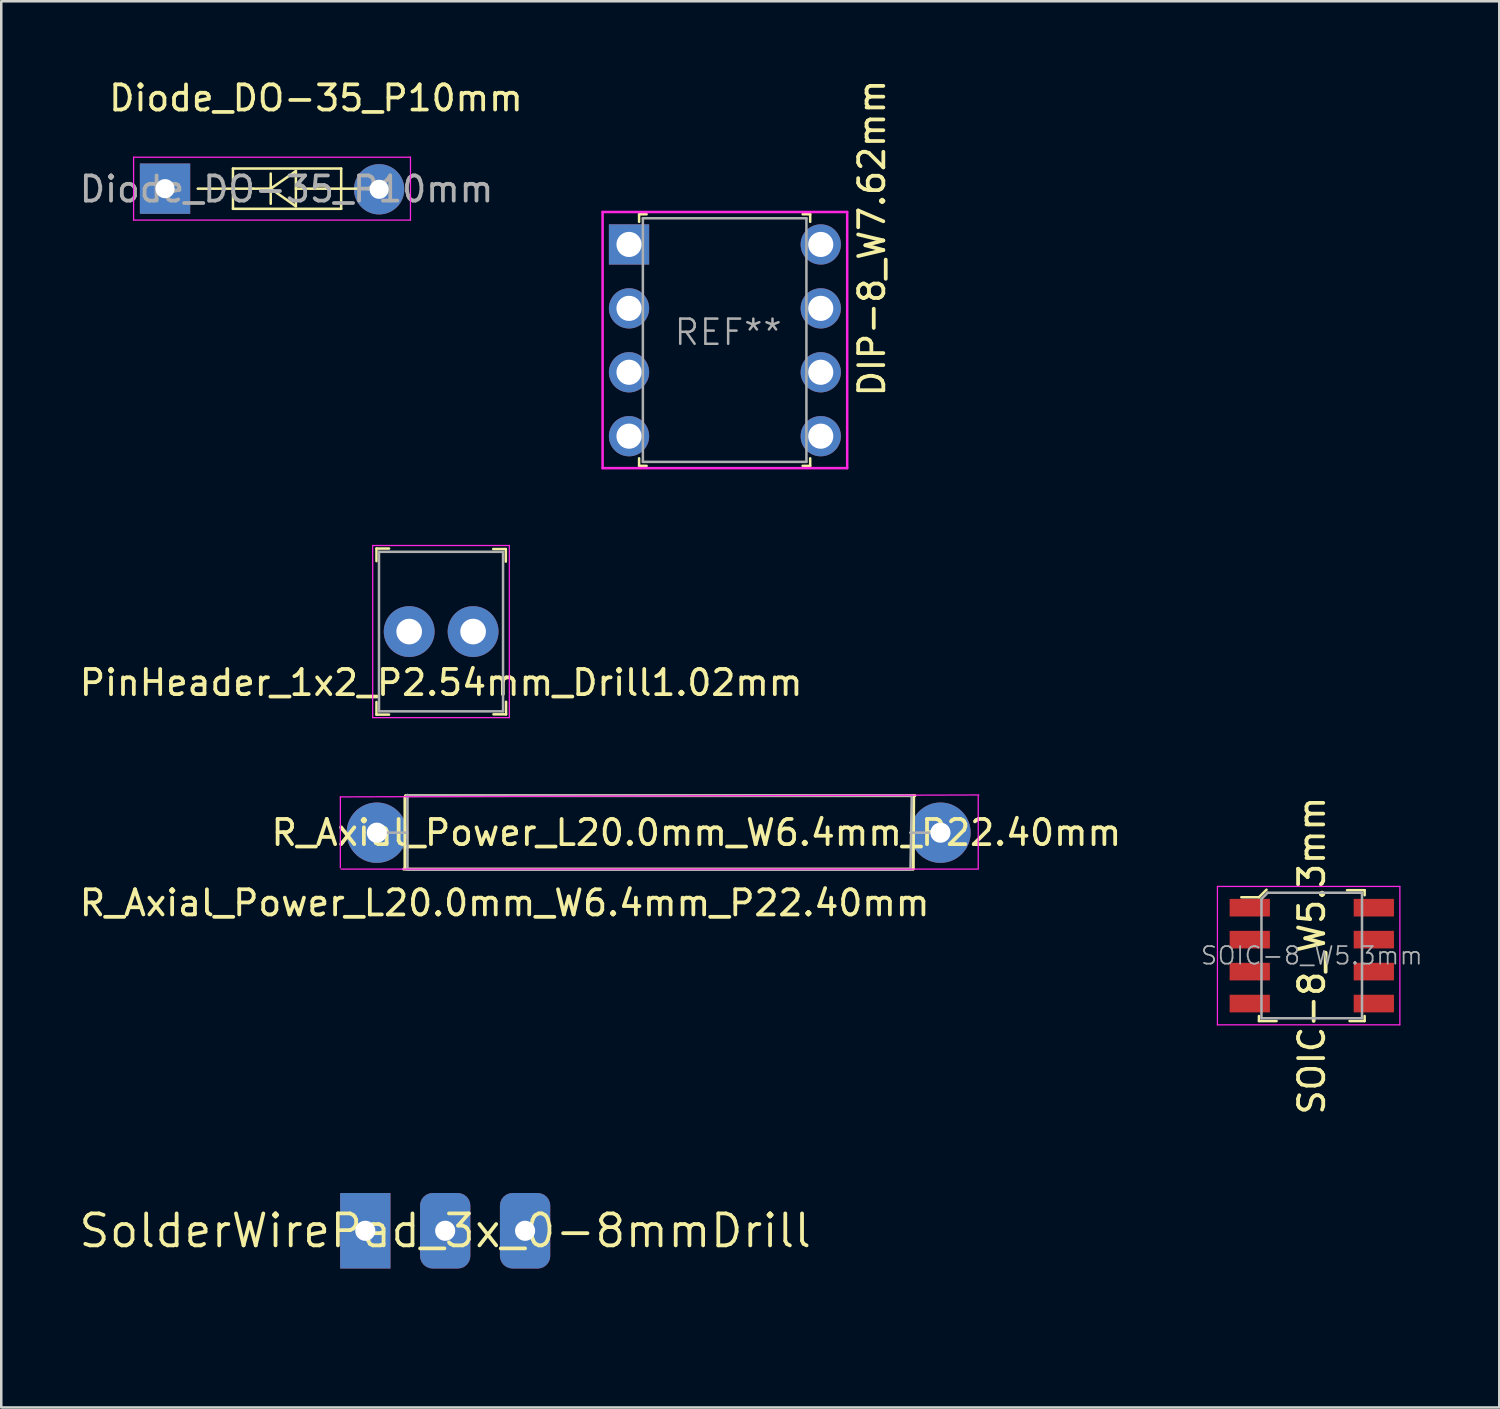
<source format=kicad_pcb>
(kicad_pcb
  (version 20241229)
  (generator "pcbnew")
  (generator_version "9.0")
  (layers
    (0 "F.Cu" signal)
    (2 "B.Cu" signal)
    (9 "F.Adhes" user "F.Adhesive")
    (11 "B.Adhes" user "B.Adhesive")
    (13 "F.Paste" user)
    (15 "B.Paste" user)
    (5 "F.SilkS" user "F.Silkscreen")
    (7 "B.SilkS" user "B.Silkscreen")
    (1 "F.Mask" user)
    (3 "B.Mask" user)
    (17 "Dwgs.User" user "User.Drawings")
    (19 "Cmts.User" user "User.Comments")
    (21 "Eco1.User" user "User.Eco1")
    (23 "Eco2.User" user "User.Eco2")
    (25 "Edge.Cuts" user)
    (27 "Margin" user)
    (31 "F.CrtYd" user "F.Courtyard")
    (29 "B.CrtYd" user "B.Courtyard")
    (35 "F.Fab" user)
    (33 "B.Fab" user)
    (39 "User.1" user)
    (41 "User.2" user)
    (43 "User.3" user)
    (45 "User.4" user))
  (footprint "PinHeader_1x2_P2.54mm_Drill1.02mm"
    (layer "F.Cu")
    (at 13.212 22.05)
    (property "Reference" "PinHeader_1x2_P2.54mm_Drill1.02mm" (at 1.27 2.032 0) (layer "F.SilkS") (effects (font (size 1 1) (thickness 0.15))))
    (attr through_hole)
    (fp_line (start -1.3 -3.3) (end -1.3 -2.8) (stroke (width 0.1) (type solid)) (layer "F.SilkS"))
    (fp_line (start -1.3 -3.3) (end -0.8 -3.3) (stroke (width 0.1) (type solid)) (layer "F.SilkS"))
    (fp_line (start -1.3 3.3) (end -1.3 2.8) (stroke (width 0.1) (type solid)) (layer "F.SilkS"))
    (fp_line (start -1.3 3.3) (end -0.8 3.3) (stroke (width 0.1) (type solid)) (layer "F.SilkS"))
    (fp_line (start 3.84 -3.28) (end 3.34 -3.28) (stroke (width 0.1) (type solid)) (layer "F.SilkS"))
    (fp_line (start 3.84 -3.28) (end 3.84 -2.78) (stroke (width 0.1) (type solid)) (layer "F.SilkS"))
    (fp_line (start 3.85 3.29) (end 3.35 3.29) (stroke (width 0.1) (type solid)) (layer "F.SilkS"))
    (fp_line (start 3.85 3.29) (end 3.85 2.79) (stroke (width 0.1) (type solid)) (layer "F.SilkS"))
    (fp_line (start -1.45 -3.42) (end -1.45 3.42) (stroke (width 0.05) (type solid)) (layer "F.CrtYd"))
    (fp_line (start 3.98 -3.42) (end -1.45 -3.42) (stroke (width 0.05) (type solid)) (layer "F.CrtYd"))
    (fp_line (start 3.98 -3.42) (end 3.98 3.42) (stroke (width 0.05) (type solid)) (layer "F.CrtYd"))
    (fp_line (start 3.98 3.42) (end -1.45 3.42) (stroke (width 0.05) (type solid)) (layer "F.CrtYd"))
    (fp_line (start -1.2 -3.17) (end -1.2 3.17) (stroke (width 0.1) (type solid)) (layer "F.Fab"))
    (fp_line (start -1.2 -3.17) (end 3.73 -3.17) (stroke (width 0.1) (type solid)) (layer "F.Fab"))
    (fp_line (start -1.2 3.17) (end 3.73 3.17) (stroke (width 0.1) (type solid)) (layer "F.Fab"))
    (fp_line (start 3.73 -3.17) (end 3.73 3.17) (stroke (width 0.1) (type solid)) (layer "F.Fab"))
    (pad "1" thru_hole circle (at 0 0) (size 2.02 2.02) (drill 1.02) (layers "*.Cu" "*.Mask"))
    (pad "2" thru_hole circle (at 2.54 0) (size 2.02 2.02) (drill 1.02) (layers "*.Cu" "*.Mask")))
  (footprint "SOIC-8_W5.3mm"
    (layer "F.Cu")
    (at 49.084 34.929)
    (property "Reference" "SOIC-8_W5.3mm" (at 0 0 90) (layer "F.SilkS") (effects (font (size 1 1) (thickness 0.15))))
    (attr through_hole)
    (fp_line (start -2.1 -2.32) (end -2.8 -2.32) (stroke (width 0.1) (type solid)) (layer "F.SilkS"))
    (fp_line (start -2.1 2.4) (end -2.1 2.6) (stroke (width 0.1) (type solid)) (layer "F.SilkS"))
    (fp_line (start -2.1 2.6) (end -1.4 2.6) (stroke (width 0.1) (type solid)) (layer "F.SilkS"))
    (fp_line (start -1.8 -2.62) (end -2.1 -2.32) (stroke (width 0.1) (type solid)) (layer "F.SilkS"))
    (fp_line (start 1.4 -2.6) (end 2.1 -2.6) (stroke (width 0.1) (type solid)) (layer "F.SilkS"))
    (fp_line (start 2.1 -2.6) (end 2.1 -2.4) (stroke (width 0.1) (type solid)) (layer "F.SilkS"))
    (fp_line (start 2.1 2.4) (end 2.1 2.6) (stroke (width 0.1) (type solid)) (layer "F.SilkS"))
    (fp_line (start 2.1 2.6) (end 1.5 2.6) (stroke (width 0.1) (type solid)) (layer "F.SilkS"))
    (fp_line (start -3.75 -2.75) (end -3.75 2.75) (stroke (width 0.05) (type solid)) (layer "F.CrtYd"))
    (fp_line (start -3.75 -2.75) (end 3.5 -2.75) (stroke (width 0.05) (type solid)) (layer "F.CrtYd"))
    (fp_line (start -3.75 2.75) (end 3.5 2.75) (stroke (width 0.05) (type solid)) (layer "F.CrtYd"))
    (fp_line (start 3.5 -2.75) (end 3.5 2.75) (stroke (width 0.05) (type solid)) (layer "F.CrtYd"))
    (fp_line (start -2 -2.25) (end -1.75 -2.5) (stroke (width 0.1) (type solid)) (layer "F.Fab"))
    (fp_line (start -2 2.49) (end -2 -2.25) (stroke (width 0.1) (type solid)) (layer "F.Fab"))
    (fp_line (start -1.995 2.49) (end 1.995 2.49) (stroke (width 0.1) (type solid)) (layer "F.Fab"))
    (fp_line (start 1.99 -2.5) (end -1.75 -2.5) (stroke (width 0.1) (type solid)) (layer "F.Fab"))
    (fp_line (start 1.995 2.49) (end 1.995 -2.49) (stroke (width 0.1) (type solid)) (layer "F.Fab"))
    (fp_text user "${REFERENCE}" (at 0 0 0) (layer "F.Fab") (effects (font (size 0.7 0.7) (thickness 0.07))))
    (pad "1" smd rect (at -2.465 -1.905) (size 1.6 0.7) (layers "F.Cu" "F.Mask" "F.Paste"))
    (pad "2" smd rect (at -2.465 -0.635) (size 1.6 0.7) (layers "F.Cu" "F.Mask" "F.Paste"))
    (pad "3" smd rect (at -2.465 0.635) (size 1.6 0.7) (layers "F.Cu" "F.Mask" "F.Paste"))
    (pad "4" smd rect (at -2.465 1.905) (size 1.6 0.7) (layers "F.Cu" "F.Mask" "F.Paste"))
    (pad "5" smd rect (at 2.465 1.905) (size 1.6 0.7) (layers "F.Cu" "F.Mask" "F.Paste"))
    (pad "6" smd rect (at 2.465 0.635) (size 1.6 0.7) (layers "F.Cu" "F.Mask" "F.Paste"))
    (pad "7" smd rect (at 2.465 -0.635) (size 1.6 0.7) (layers "F.Cu" "F.Mask" "F.Paste"))
    (pad "8" smd rect (at 2.465 -1.905) (size 1.6 0.7) (layers "F.Cu" "F.Mask" "F.Paste")))
  (footprint "R_Axial_Power_L20.0mm_W6.4mm_P22.40mm"
    (layer "F.Cu")
    (at 11.926 30.043)
    (property "Reference" "R_Axial_Power_L20.0mm_W6.4mm_P22.40mm" (at 5.08 2.794 0) (layer "F.SilkS") (effects (font (size 1 1) (thickness 0.15))))
    (attr through_hole)
    (fp_line (start 1.067 1.448) (end 21.307 1.448) (stroke (width 0.12) (type solid)) (layer "F.SilkS"))
    (fp_line (start 1.118 -1.422) (end 1.118 1.397) (stroke (width 0.12) (type solid)) (layer "F.SilkS"))
    (fp_line (start 1.143 -1.473) (end 21.383 -1.473) (stroke (width 0.12) (type solid)) (layer "F.SilkS"))
    (fp_line (start 21.336 -1.473) (end 21.32 1.44) (stroke (width 0.12) (type solid)) (layer "F.SilkS"))
    (fp_line (start -1.448 -1.422) (end -1.45 1.397) (stroke (width 0.05) (type solid)) (layer "F.CrtYd"))
    (fp_line (start -1.422 1.448) (end 23.878 1.448) (stroke (width 0.05) (type solid)) (layer "F.CrtYd"))
    (fp_line (start 23.901 1.448) (end 23.901 -1.473) (stroke (width 0.05) (type solid)) (layer "F.CrtYd"))
    (fp_line (start 23.927 -1.499) (end -1.448 -1.422) (stroke (width 0.05) (type solid)) (layer "F.CrtYd"))
    (fp_line (start 0 0) (end 1.2 0) (stroke (width 0.1) (type solid)) (layer "F.Fab"))
    (fp_line (start 1.2 1.473) (end 21.2 1.473) (stroke (width 0.1) (type solid)) (layer "F.Fab"))
    (fp_line (start 1.219 -1.499) (end 1.219 1.422) (stroke (width 0.1) (type solid)) (layer "F.Fab"))
    (fp_line (start 21.194 -1.473) (end 1.194 -1.473) (stroke (width 0.1) (type solid)) (layer "F.Fab"))
    (fp_line (start 21.209 1.422) (end 21.26 -1.473) (stroke (width 0.1) (type solid)) (layer "F.Fab"))
    (fp_line (start 22.4 0) (end 21.2 0) (stroke (width 0.1) (type solid)) (layer "F.Fab"))
    (fp_text user "${REFERENCE}" (at 12.7 0 0) (layer "F.SilkS") (effects (font (size 1 1) (thickness 0.15))))
    (pad "1" thru_hole circle (at 0 0) (size 2.4 2.4) (drill 0.8) (layers "*.Cu" "*.Mask"))
    (pad "2" thru_hole oval (at 22.4 0) (size 2.4 2.4) (drill 0.8) (layers "*.Cu" "*.Mask")))
  (footprint "Diode_DO-35_P10mm"
    (layer "F.Cu")
    (at 3.509 4.448)
    (property "Reference" "Diode_DO-35_P10mm" (at 6 -3.6 0) (layer "F.SilkS") (effects (font (size 1 1) (thickness 0.15))))
    (attr through_hole)
    (fp_line (start 1.3 0) (end 2.7 0) (stroke (width 0.1) (type solid)) (layer "F.SilkS"))
    (fp_line (start 2.7 -0.8) (end 7 -0.8) (stroke (width 0.1) (type solid)) (layer "F.SilkS"))
    (fp_line (start 2.7 0) (end 2.7 -0.8) (stroke (width 0.1) (type solid)) (layer "F.SilkS"))
    (fp_line (start 2.7 0) (end 2.7 0.8) (stroke (width 0.1) (type solid)) (layer "F.SilkS"))
    (fp_line (start 2.7 0.8) (end 7 0.8) (stroke (width 0.1) (type solid)) (layer "F.SilkS"))
    (fp_line (start 3.5 0) (end 2.7 0) (stroke (width 0.1) (type solid)) (layer "F.SilkS"))
    (fp_line (start 4.2 0) (end 3.5 0) (stroke (width 0.1) (type solid)) (layer "F.SilkS"))
    (fp_line (start 4.2 0) (end 4.2 -0.6) (stroke (width 0.1) (type solid)) (layer "F.SilkS"))
    (fp_line (start 4.2 0) (end 4.2 0.6) (stroke (width 0.1) (type solid)) (layer "F.SilkS"))
    (fp_line (start 4.2 0) (end 5.2 -0.7) (stroke (width 0.1) (type solid)) (layer "F.SilkS"))
    (fp_line (start 5.2 -0.7) (end 5.2 0.7) (stroke (width 0.1) (type solid)) (layer "F.SilkS"))
    (fp_line (start 5.2 0.7) (end 4.2 0) (stroke (width 0.1) (type solid)) (layer "F.SilkS"))
    (fp_line (start 7 -0.8) (end 7 0) (stroke (width 0.1) (type solid)) (layer "F.SilkS"))
    (fp_line (start 7 0) (end 5.2 0) (stroke (width 0.1) (type solid)) (layer "F.SilkS"))
    (fp_line (start 7 0.8) (end 7 0) (stroke (width 0.1) (type solid)) (layer "F.SilkS"))
    (fp_line (start 8.7 0) (end 7 0) (stroke (width 0.1) (type solid)) (layer "F.SilkS"))
    (fp_line (start -1.25 -1.25) (end -1.25 1.25) (stroke (width 0.05) (type solid)) (layer "F.CrtYd"))
    (fp_line (start 9.754 -1.25) (end -1.25 -1.25) (stroke (width 0.05) (type solid)) (layer "F.CrtYd"))
    (fp_line (start 9.754 -1.25) (end 9.754 1.25) (stroke (width 0.05) (type solid)) (layer "F.CrtYd"))
    (fp_line (start 9.754 1.25) (end -1.25 1.25) (stroke (width 0.05) (type solid)) (layer "F.CrtYd"))
    (fp_text user "${REFERENCE}" (at 4.83 0.02 0) (layer "F.Fab") (effects (font (size 1 1) (thickness 0.15))))
    (pad "1" thru_hole rect (at 0 0) (size 2 2) (drill 0.76) (layers "*.Cu" "*.Mask"))
    (pad "2" thru_hole circle (at 8.509 0.025) (size 2 2) (drill 0.76) (layers "*.Cu" "*.Mask")))
  (footprint "DIP-8_W7.62mm"
    (layer "F.Cu")
    (at 21.949 6.665)
    (property "Reference" "DIP-8_W7.62mm" (at 9.652 -0.254 90) (layer "F.SilkS") (effects (font (size 1 1) (thickness 0.15))))
    (attr through_hole)
    (fp_line (start 0.4 -1.2) (end 0.7 -1.2) (stroke (width 0.1) (type solid)) (layer "F.SilkS"))
    (fp_line (start 0.4 -0.9) (end 0.4 -1.2) (stroke (width 0.1) (type solid)) (layer "F.SilkS"))
    (fp_line (start 0.4 8.5) (end 0.4 8.8) (stroke (width 0.1) (type solid)) (layer "F.SilkS"))
    (fp_line (start 0.4 8.8) (end 0.7 8.8) (stroke (width 0.1) (type solid)) (layer "F.SilkS"))
    (fp_line (start 7.2 -1.2) (end 6.9 -1.2) (stroke (width 0.1) (type solid)) (layer "F.SilkS"))
    (fp_line (start 7.2 -0.9) (end 7.2 -1.2) (stroke (width 0.1) (type solid)) (layer "F.SilkS"))
    (fp_line (start 7.2 8.5) (end 7.2 8.8) (stroke (width 0.1) (type solid)) (layer "F.SilkS"))
    (fp_line (start 7.2 8.8) (end 6.9 8.8) (stroke (width 0.1) (type solid)) (layer "F.SilkS"))
    (fp_line (start -1.05 -1.29) (end -1.05 8.89) (stroke (width 0.1) (type solid)) (layer "F.CrtYd"))
    (fp_line (start -1.05 -1.29) (end 8.67 -1.29) (stroke (width 0.1) (type solid)) (layer "F.CrtYd"))
    (fp_line (start -1.05 8.89) (end 8.67 8.89) (stroke (width 0.1) (type solid)) (layer "F.CrtYd"))
    (fp_line (start 8.67 -1.29) (end 8.67 8.89) (stroke (width 0.1) (type solid)) (layer "F.CrtYd"))
    (fp_line (start 0.55 -1.04) (end 0.55 8.64) (stroke (width 0.1) (type solid)) (layer "F.Fab"))
    (fp_line (start 0.55 -1.04) (end 7.05 -1.04) (stroke (width 0.1) (type solid)) (layer "F.Fab"))
    (fp_line (start 0.55 8.64) (end 7.05 8.64) (stroke (width 0.1) (type solid)) (layer "F.Fab"))
    (fp_line (start 7.05 -1.04) (end 7.05 8.64) (stroke (width 0.1) (type solid)) (layer "F.Fab"))
    (fp_text user "REF**" (at 3.94 3.49 0) (layer "F.Fab") (effects (font (size 1 1) (thickness 0.1))))
    (pad "1" thru_hole rect (at 0 0) (size 1.6 1.6) (drill 1) (layers "*.Cu" "*.Mask"))
    (pad "2" thru_hole circle (at 0 2.54) (size 1.6 1.6) (drill 1) (layers "*.Cu" "*.Mask"))
    (pad "3" thru_hole circle (at 0 5.08) (size 1.6 1.6) (drill 1) (layers "*.Cu" "*.Mask"))
    (pad "4" thru_hole circle (at 0 7.62) (size 1.6 1.6) (drill 1) (layers "*.Cu" "*.Mask"))
    (pad "5" thru_hole circle (at 7.62 7.62) (size 1.6 1.6) (drill 1) (layers "*.Cu" "*.Mask"))
    (pad "6" thru_hole circle (at 7.62 5.08) (size 1.6 1.6) (drill 1) (layers "*.Cu" "*.Mask"))
    (pad "7" thru_hole circle (at 7.62 2.54) (size 1.6 1.6) (drill 1) (layers "*.Cu" "*.Mask"))
    (pad "8" thru_hole circle (at 7.62 0) (size 1.6 1.6) (drill 1) (layers "*.Cu" "*.Mask")))
  (footprint "SolderWirePad_3x_0-8mmDrill"
    (layer "F.Cu")
    (at 14.643 45.864)
    (property "Reference" "SolderWirePad_3x_0-8mmDrill" (at 0 0 0) (layer "F.SilkS") (effects (font (size 1.27 1.27) (thickness 0.15))))
    (attr through_hole)
    (fp_text user "" (at 0 3.81 0) (layer "F.SilkS") (effects (font (size 0.965 0.965) (thickness 0.071)) (justify right top)))
    (pad "1" thru_hole rect (at -3.175 0) (size 1.999 3) (drill 0.8) (layers "*.Cu" "*.Mask"))
    (pad "2" thru_hole roundrect (at 3.175 0) (size 1.999 3) (drill 0.8) (layers "*.Cu" "*.Mask") (roundrect_rratio 0.25))
    (pad "3" thru_hole roundrect (at 0 0) (size 1.999 3) (drill 0.8) (layers "*.Cu" "*.Mask") (roundrect_rratio 0.25)))
  (gr_rect
    (start -3 -3)
    (end 56.535 52.887)
    (stroke (width 0.1) (type default))
    (fill no)
    (layer "Edge.Cuts")))
</source>
